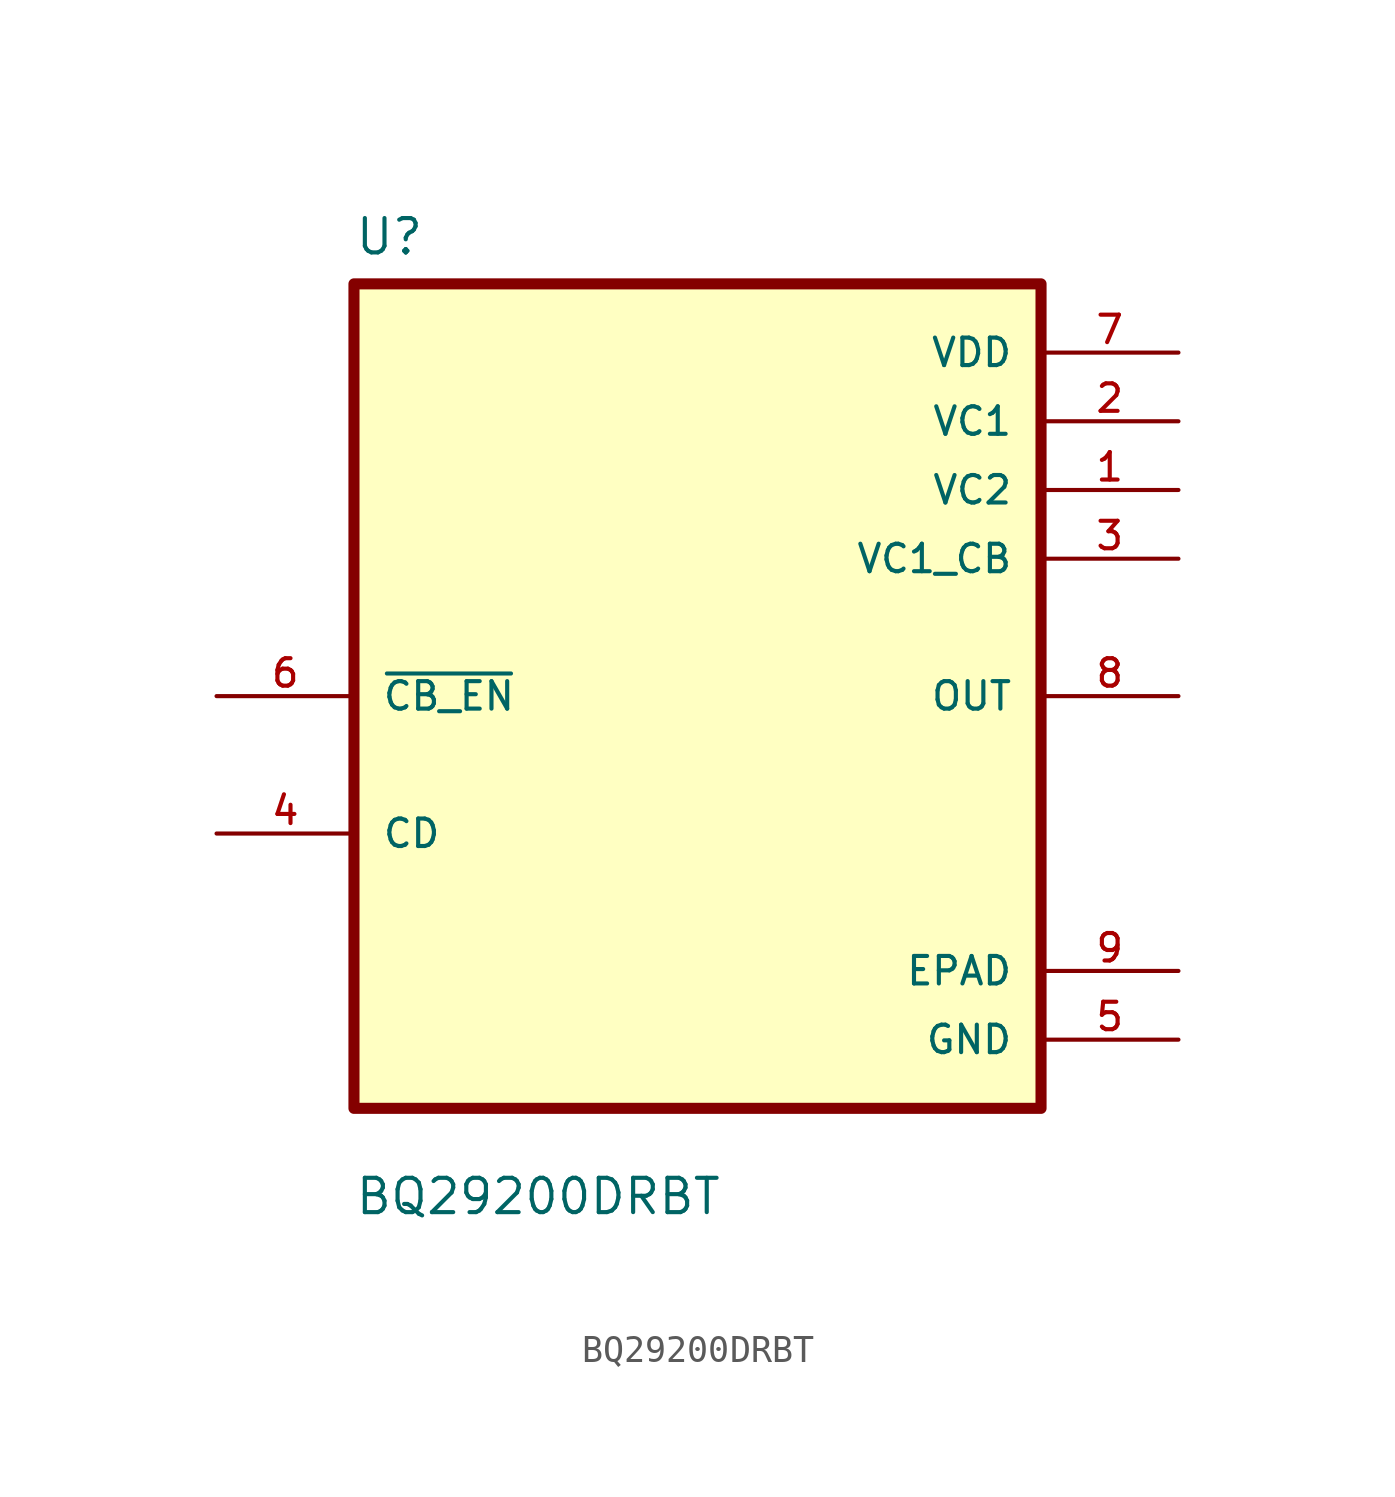
<source format=kicad_sym>
(kicad_symbol_lib
  (version 20211014)
  (generator kicad_symbol_editor)
  (symbol "BQ29200DRBT"
    (pin_names
      (offset 1.016))
    (property "Reference" "U"
      (at -12.7 16.24 0.0)
      (effects (font (size 1.27 1.27)) (justify bottom left)))
    (property "Value" "BQ29200DRBT"
      (at -12.7 -19.24 0.0)
      (effects (font (size 1.27 1.27)) (justify bottom left)))
    (symbol "BQ29200DRBT_0_0"
      (rectangle (start -12.7 -15.24) (end 12.7 15.24) (stroke (width 0.41)) (fill (type background)))
      (pin input line (at -17.78 0.0 0) (length 5.08) (name "~{CB_EN}" (effects (font (size 1.016 1.016)))) (number "6" (effects (font (size 1.016 1.016)))))
      (pin bidirectional line (at -17.78 -5.08 0) (length 5.08) (name "CD" (effects (font (size 1.016 1.016)))) (number "4" (effects (font (size 1.016 1.016)))))
      (pin power_in line (at 17.78 12.7 180.0) (length 5.08) (name "VDD" (effects (font (size 1.016 1.016)))) (number "7" (effects (font (size 1.016 1.016)))))
      (pin power_in line (at 17.78 10.16 180.0) (length 5.08) (name "VC1" (effects (font (size 1.016 1.016)))) (number "2" (effects (font (size 1.016 1.016)))))
      (pin power_in line (at 17.78 7.62 180.0) (length 5.08) (name "VC2" (effects (font (size 1.016 1.016)))) (number "1" (effects (font (size 1.016 1.016)))))
      (pin power_in line (at 17.78 5.08 180.0) (length 5.08) (name "VC1_CB" (effects (font (size 1.016 1.016)))) (number "3" (effects (font (size 1.016 1.016)))))
      (pin output line (at 17.78 0.0 180.0) (length 5.08) (name "OUT" (effects (font (size 1.016 1.016)))) (number "8" (effects (font (size 1.016 1.016)))))
      (pin power_in line (at 17.78 -10.16 180.0) (length 5.08) (name "EPAD" (effects (font (size 1.016 1.016)))) (number "9" (effects (font (size 1.016 1.016)))))
      (pin power_in line (at 17.78 -12.7 180.0) (length 5.08) (name "GND" (effects (font (size 1.016 1.016)))) (number "5" (effects (font (size 1.016 1.016))))))))
</source>
